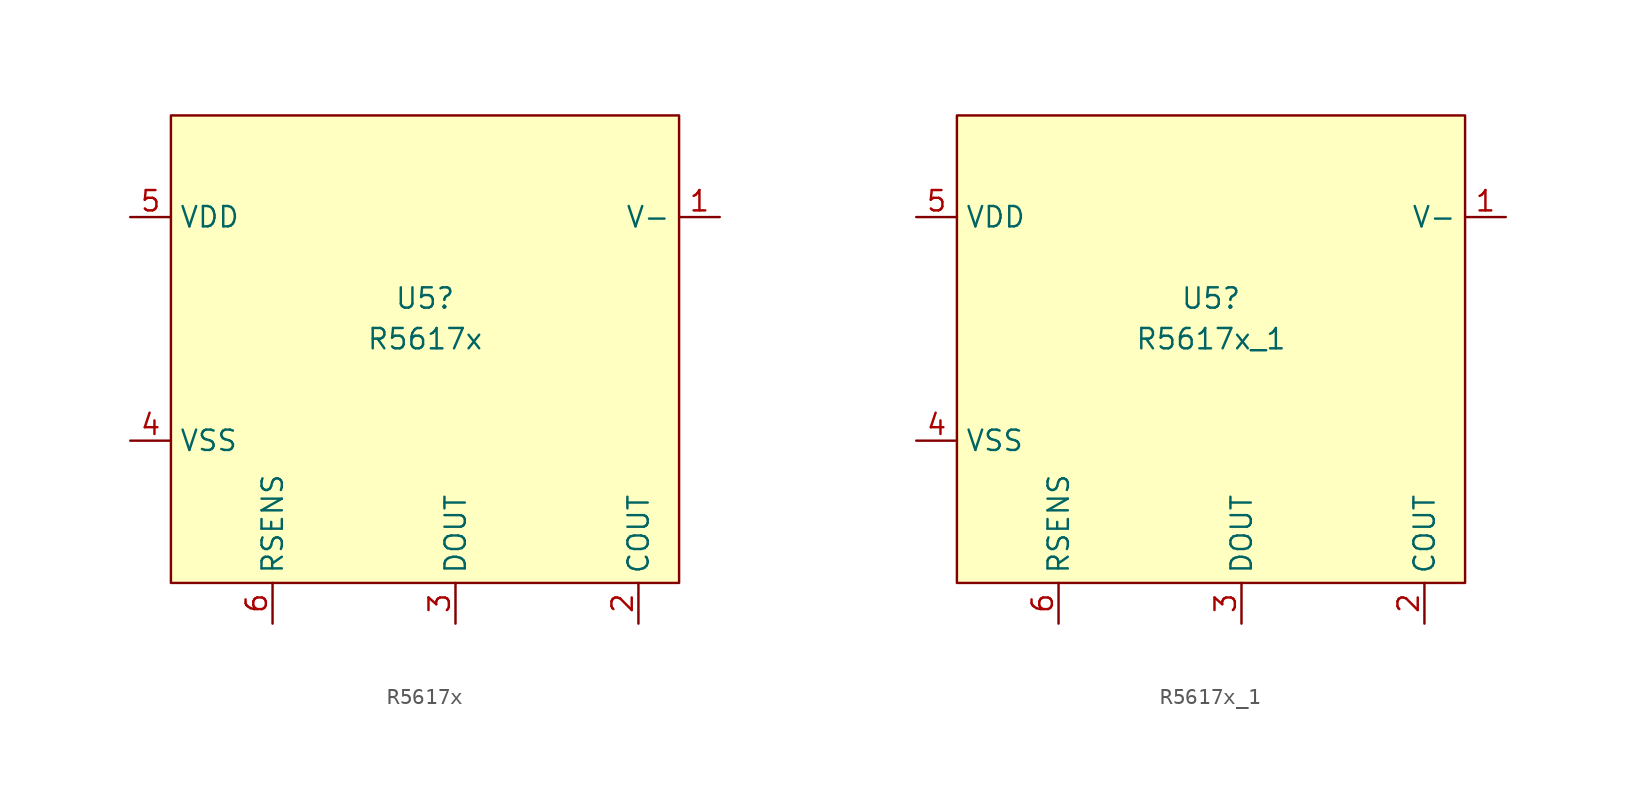
<source format=kicad_sym>
(kicad_symbol_lib
  (version 20211014)
  (generator kicad_symbol_editor)
  (symbol "R5617x"
    (property "Reference" "U5"
      (at -1.905 1.27 0)
      (effects (font (size 1.27 1.27))))
    (property "Value" "R5617x"
      (at -1.905 -1.27 0)
      (effects (font (size 1.27 1.27))))
    (symbol "R5617x_0_1"
      (rectangle (start -17.78 12.7) (end 13.97 -16.51) (stroke (width 0) (type default) (color 0 0 0 0)) (fill (type background))))
    (symbol "R5617x_1_1"
      (pin power_in line (at 16.51 6.35 180) (length 2.54) (name "V-" (effects (font (size 1.27 1.27)))) (number "1" (effects (font (size 1.27 1.27)))))
      (pin output line (at 11.43 -19.05 90) (length 2.54) (name "COUT" (effects (font (size 1.27 1.27)))) (number "2" (effects (font (size 1.27 1.27)))))
      (pin output line (at 0 -19.05 90) (length 2.54) (name "DOUT" (effects (font (size 1.27 1.27)))) (number "3" (effects (font (size 1.27 1.27)))))
      (pin power_in line (at -20.32 -7.62 0) (length 2.54) (name "VSS" (effects (font (size 1.27 1.27)))) (number "4" (effects (font (size 1.27 1.27)))))
      (pin power_in line (at -20.32 6.35 0) (length 2.54) (name "VDD" (effects (font (size 1.27 1.27)))) (number "5" (effects (font (size 1.27 1.27)))))
      (pin input line (at -11.43 -19.05 90) (length 2.54) (name "RSENS" (effects (font (size 1.27 1.27)))) (number "6" (effects (font (size 1.27 1.27)))))))
  (symbol "R5617x_1"
    (property "Reference" "U5"
      (at -1.905 1.27 0)
      (effects (font (size 1.27 1.27))))
    (property "Value" "R5617x_1"
      (at -1.905 -1.27 0)
      (effects (font (size 1.27 1.27))))
    (symbol "R5617x_1_0_1"
      (rectangle (start -17.78 12.7) (end 13.97 -16.51) (stroke (width 0) (type default) (color 0 0 0 0)) (fill (type background))))
    (symbol "R5617x_1_1_1"
      (pin power_in line (at 16.51 6.35 180) (length 2.54) (name "V-" (effects (font (size 1.27 1.27)))) (number "1" (effects (font (size 1.27 1.27)))))
      (pin output line (at 11.43 -19.05 90) (length 2.54) (name "COUT" (effects (font (size 1.27 1.27)))) (number "2" (effects (font (size 1.27 1.27)))))
      (pin output line (at 0 -19.05 90) (length 2.54) (name "DOUT" (effects (font (size 1.27 1.27)))) (number "3" (effects (font (size 1.27 1.27)))))
      (pin power_in line (at -20.32 -7.62 0) (length 2.54) (name "VSS" (effects (font (size 1.27 1.27)))) (number "4" (effects (font (size 1.27 1.27)))))
      (pin power_in line (at -20.32 6.35 0) (length 2.54) (name "VDD" (effects (font (size 1.27 1.27)))) (number "5" (effects (font (size 1.27 1.27)))))
      (pin input line (at -11.43 -19.05 90) (length 2.54) (name "RSENS" (effects (font (size 1.27 1.27)))) (number "6" (effects (font (size 1.27 1.27))))))))
</source>
